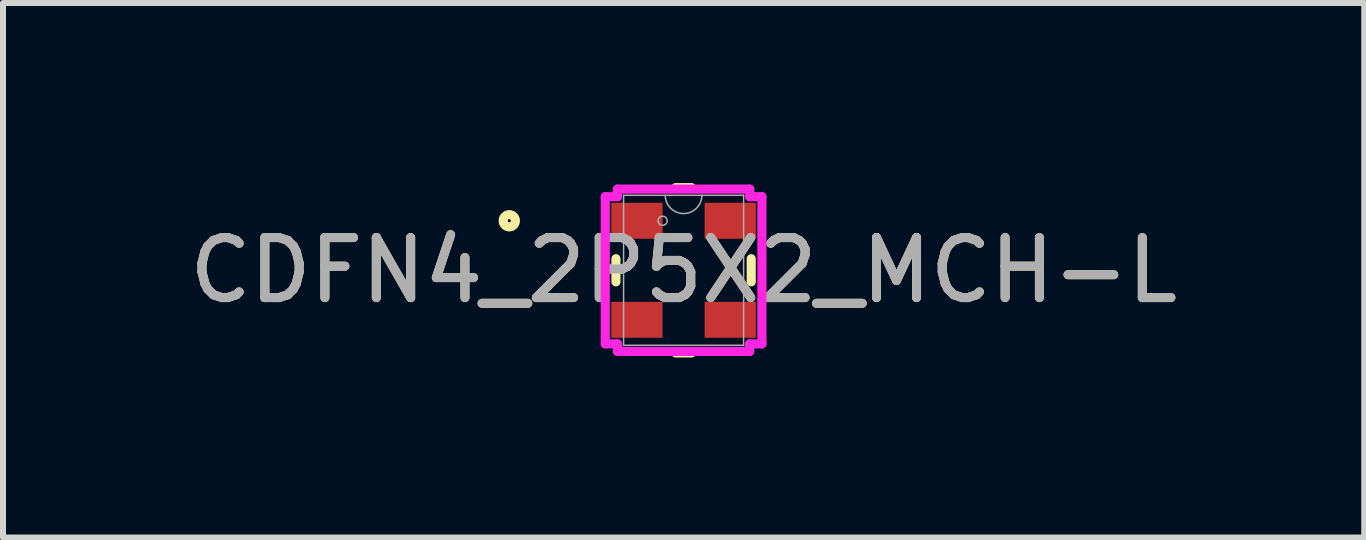
<source format=kicad_pcb>
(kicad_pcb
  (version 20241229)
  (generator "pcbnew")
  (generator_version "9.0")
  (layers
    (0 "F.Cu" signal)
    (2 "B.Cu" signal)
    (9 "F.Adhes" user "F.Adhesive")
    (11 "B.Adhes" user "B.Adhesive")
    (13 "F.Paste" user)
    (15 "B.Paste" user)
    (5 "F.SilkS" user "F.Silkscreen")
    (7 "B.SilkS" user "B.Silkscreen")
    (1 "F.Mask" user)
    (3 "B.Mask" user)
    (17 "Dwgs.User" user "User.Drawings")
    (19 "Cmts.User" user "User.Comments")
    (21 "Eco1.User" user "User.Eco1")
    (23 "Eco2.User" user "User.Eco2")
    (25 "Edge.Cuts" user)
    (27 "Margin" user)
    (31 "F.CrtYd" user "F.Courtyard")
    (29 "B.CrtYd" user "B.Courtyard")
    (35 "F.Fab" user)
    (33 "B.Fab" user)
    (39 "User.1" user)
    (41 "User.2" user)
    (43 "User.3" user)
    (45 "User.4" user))
  (footprint "CDFN4_2P5X2_MCH-L"
    (layer "F.Cu")
    (at 8.339 1.453)
    (property "Reference" "CDFN4_2P5X2_MCH-L" (at 0 0 0) (unlocked yes) (layer "F.SilkS") (effects (font (size 1 1) (thickness 0.15))))
    (attr smd)
    (fp_line (start -1.127 -0.193) (end -1.127 0.193) (stroke (width 0.152) (type solid)) (layer "F.SilkS"))
    (fp_line (start -0.133 1.377) (end 0.133 1.377) (stroke (width 0.152) (type solid)) (layer "F.SilkS"))
    (fp_line (start 0.133 -1.377) (end -0.133 -1.377) (stroke (width 0.152) (type solid)) (layer "F.SilkS"))
    (fp_line (start 1.127 0.193) (end 1.127 -0.193) (stroke (width 0.152) (type solid)) (layer "F.SilkS"))
    (fp_circle (center -2.904 -0.825) (end -2.802 -0.825) (stroke (width 0.152) (type solid)) (fill no) (layer "F.SilkS"))
    (fp_line (start -1.305 -1.226) (end -1.102 -1.226) (stroke (width 0.152) (type solid)) (layer "F.CrtYd"))
    (fp_line (start -1.305 1.226) (end -1.305 -1.226) (stroke (width 0.152) (type solid)) (layer "F.CrtYd"))
    (fp_line (start -1.305 1.226) (end -1.102 1.226) (stroke (width 0.152) (type solid)) (layer "F.CrtYd"))
    (fp_line (start -1.102 -1.352) (end 1.102 -1.352) (stroke (width 0.152) (type solid)) (layer "F.CrtYd"))
    (fp_line (start -1.102 -1.226) (end -1.102 -1.352) (stroke (width 0.152) (type solid)) (layer "F.CrtYd"))
    (fp_line (start -1.102 1.352) (end -1.102 1.226) (stroke (width 0.152) (type solid)) (layer "F.CrtYd"))
    (fp_line (start 1.102 -1.352) (end 1.102 -1.226) (stroke (width 0.152) (type solid)) (layer "F.CrtYd"))
    (fp_line (start 1.102 1.226) (end 1.102 1.352) (stroke (width 0.152) (type solid)) (layer "F.CrtYd"))
    (fp_line (start 1.102 1.352) (end -1.102 1.352) (stroke (width 0.152) (type solid)) (layer "F.CrtYd"))
    (fp_line (start 1.305 -1.226) (end 1.102 -1.226) (stroke (width 0.152) (type solid)) (layer "F.CrtYd"))
    (fp_line (start 1.305 -1.226) (end 1.305 1.226) (stroke (width 0.152) (type solid)) (layer "F.CrtYd"))
    (fp_line (start 1.305 1.226) (end 1.102 1.226) (stroke (width 0.152) (type solid)) (layer "F.CrtYd"))
    (fp_line (start -1 -1.25) (end -1 1.25) (stroke (width 0.025) (type solid)) (layer "F.Fab"))
    (fp_line (start -1 1.25) (end 1 1.25) (stroke (width 0.025) (type solid)) (layer "F.Fab"))
    (fp_line (start 1 -1.25) (end -1 -1.25) (stroke (width 0.025) (type solid)) (layer "F.Fab"))
    (fp_line (start 1 1.25) (end 1 -1.25) (stroke (width 0.025) (type solid)) (layer "F.Fab"))
    (fp_arc (start 0.3048 -1.25) (mid 0 -0.9452) (end -0.3048 -1.25) (stroke (width 0.0254) (type solid)) (layer "F.Fab"))
    (fp_circle (center -0.35 -0.825) (end -0.274 -0.825) (stroke (width 0.025) (type solid)) (fill no) (layer "F.Fab"))
    (fp_text user "${REFERENCE}" (at 0 0 0) (unlocked yes) (layer "F.Fab") (effects (font (size 1 1) (thickness 0.15))))
    (pad "1" smd rect (at -0.777 -0.825) (size 0.853 0.599) (layers "F.Cu" "F.Mask" "F.Paste"))
    (pad "2" smd rect (at -0.777 0.825) (size 0.853 0.599) (layers "F.Cu" "F.Mask" "F.Paste"))
    (pad "3" smd rect (at 0.777 0.825) (size 0.853 0.599) (layers "F.Cu" "F.Mask" "F.Paste"))
    (pad "4" smd rect (at 0.777 -0.825) (size 0.853 0.599) (layers "F.Cu" "F.Mask" "F.Paste")))
  (gr_rect
    (start -3 -3)
    (end 19.679 5.906)
    (stroke (width 0.1) (type default))
    (fill no)
    (layer "Edge.Cuts")))
</source>
